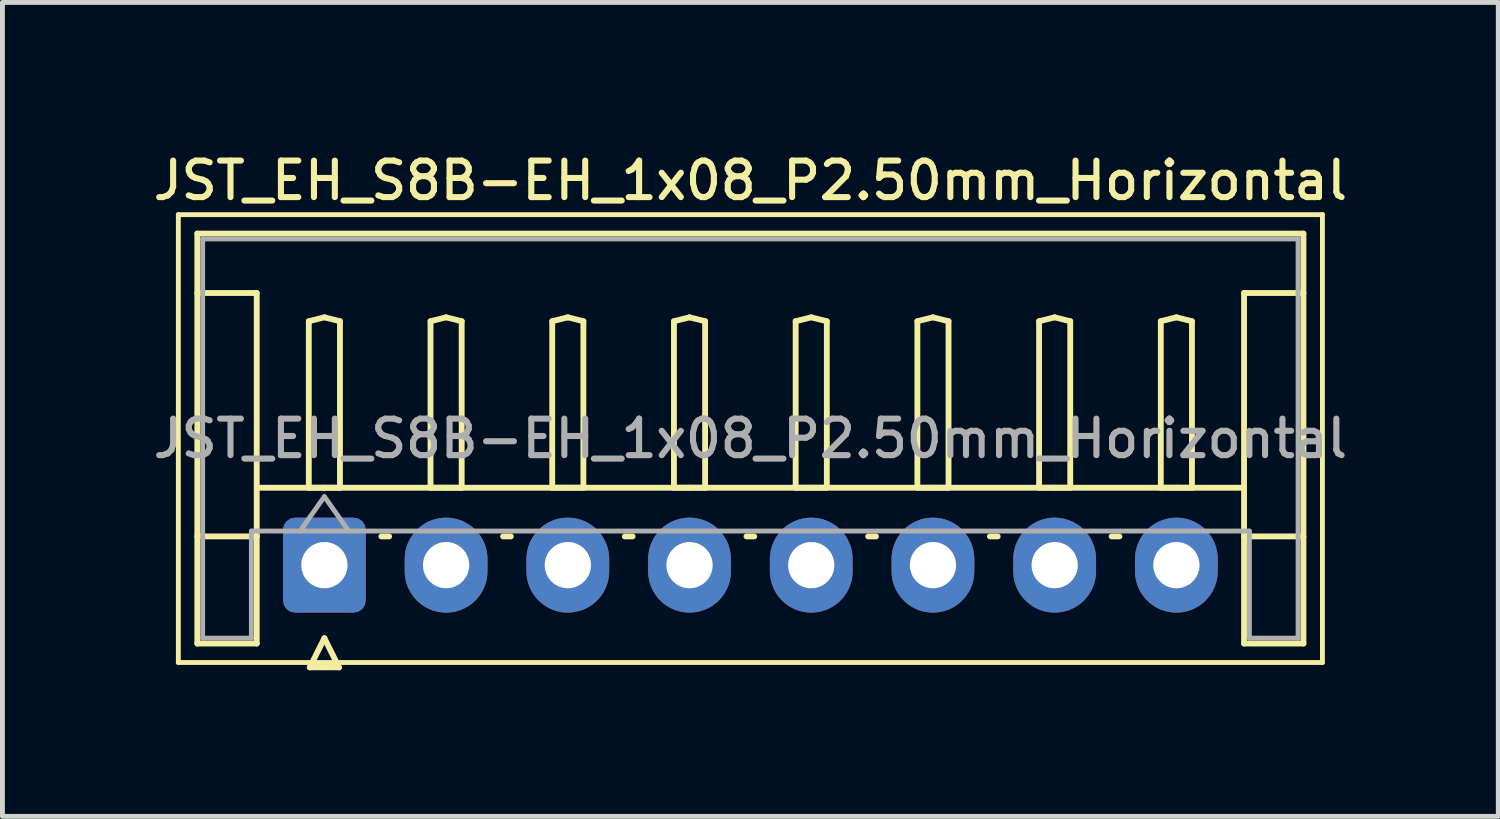
<source format=kicad_pcb>
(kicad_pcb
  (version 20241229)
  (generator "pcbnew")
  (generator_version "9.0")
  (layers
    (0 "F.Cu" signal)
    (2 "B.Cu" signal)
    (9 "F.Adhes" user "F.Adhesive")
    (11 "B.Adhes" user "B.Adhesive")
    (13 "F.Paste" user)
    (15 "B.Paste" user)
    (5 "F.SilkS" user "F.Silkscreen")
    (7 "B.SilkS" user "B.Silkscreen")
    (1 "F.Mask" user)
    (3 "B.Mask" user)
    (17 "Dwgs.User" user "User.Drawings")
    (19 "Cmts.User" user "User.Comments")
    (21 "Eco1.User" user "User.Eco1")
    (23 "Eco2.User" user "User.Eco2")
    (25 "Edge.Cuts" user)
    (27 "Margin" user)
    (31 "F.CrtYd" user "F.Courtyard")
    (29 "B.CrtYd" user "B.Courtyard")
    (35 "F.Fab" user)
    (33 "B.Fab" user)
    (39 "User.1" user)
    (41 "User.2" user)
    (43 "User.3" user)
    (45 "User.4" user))
  (footprint "JST_EH_S8B-EH_1x08_P2.50mm_Horizontal"
    (layer "F.Cu")
    (at 3.613 8.558)
    (property "Reference" "JST_EH_S8B-EH_1x08_P2.50mm_Horizontal" (at 8.75 -7.9 0) (layer "F.SilkS") (effects (font (size 0.75 0.75) (thickness 0.125))))
    (attr through_hole)
    (fp_line (start -3 -7.2) (end -3 2) (stroke (width 0.1) (type solid)) (layer "F.SilkS"))
    (fp_line (start -3 2) (end 20.5 2) (stroke (width 0.1) (type solid)) (layer "F.SilkS"))
    (fp_line (start -2.61 -6.81) (end 20.11 -6.81) (stroke (width 0.12) (type solid)) (layer "F.SilkS"))
    (fp_line (start -2.61 -5.59) (end -1.39 -5.59) (stroke (width 0.12) (type solid)) (layer "F.SilkS"))
    (fp_line (start -2.61 1.61) (end -2.61 -6.81) (stroke (width 0.12) (type solid)) (layer "F.SilkS"))
    (fp_line (start -1.39 -5.59) (end -1.39 -0.59) (stroke (width 0.12) (type solid)) (layer "F.SilkS"))
    (fp_line (start -1.39 -1.59) (end 18.89 -1.59) (stroke (width 0.12) (type solid)) (layer "F.SilkS"))
    (fp_line (start -1.39 -0.59) (end -2.61 -0.59) (stroke (width 0.12) (type solid)) (layer "F.SilkS"))
    (fp_line (start -1.39 -0.59) (end -1.39 1.61) (stroke (width 0.12) (type solid)) (layer "F.SilkS"))
    (fp_line (start -1.39 1.61) (end -2.61 1.61) (stroke (width 0.12) (type solid)) (layer "F.SilkS"))
    (fp_line (start -0.32 -5.01) (end 0 -5.09) (stroke (width 0.12) (type solid)) (layer "F.SilkS"))
    (fp_line (start -0.32 -1.59) (end -0.32 -5.01) (stroke (width 0.12) (type solid)) (layer "F.SilkS"))
    (fp_line (start -0.3 2.1) (end 0.3 2.1) (stroke (width 0.12) (type solid)) (layer "F.SilkS"))
    (fp_line (start 0 -5.09) (end 0.32 -5.01) (stroke (width 0.12) (type solid)) (layer "F.SilkS"))
    (fp_line (start 0 -1.59) (end -0.32 -1.59) (stroke (width 0.12) (type solid)) (layer "F.SilkS"))
    (fp_line (start 0 1.5) (end -0.3 2.1) (stroke (width 0.12) (type solid)) (layer "F.SilkS"))
    (fp_line (start 0.3 2.1) (end 0 1.5) (stroke (width 0.12) (type solid)) (layer "F.SilkS"))
    (fp_line (start 0.32 -5.01) (end 0.32 -1.59) (stroke (width 0.12) (type solid)) (layer "F.SilkS"))
    (fp_line (start 0.32 -1.59) (end 0 -1.59) (stroke (width 0.12) (type solid)) (layer "F.SilkS"))
    (fp_line (start 1.17 -0.59) (end 1.33 -0.59) (stroke (width 0.12) (type solid)) (layer "F.SilkS"))
    (fp_line (start 2.18 -5.01) (end 2.5 -5.09) (stroke (width 0.12) (type solid)) (layer "F.SilkS"))
    (fp_line (start 2.18 -1.59) (end 2.18 -5.01) (stroke (width 0.12) (type solid)) (layer "F.SilkS"))
    (fp_line (start 2.5 -5.09) (end 2.82 -5.01) (stroke (width 0.12) (type solid)) (layer "F.SilkS"))
    (fp_line (start 2.5 -1.59) (end 2.18 -1.59) (stroke (width 0.12) (type solid)) (layer "F.SilkS"))
    (fp_line (start 2.82 -5.01) (end 2.82 -1.59) (stroke (width 0.12) (type solid)) (layer "F.SilkS"))
    (fp_line (start 2.82 -1.59) (end 2.5 -1.59) (stroke (width 0.12) (type solid)) (layer "F.SilkS"))
    (fp_line (start 3.67 -0.59) (end 3.83 -0.59) (stroke (width 0.12) (type solid)) (layer "F.SilkS"))
    (fp_line (start 4.68 -5.01) (end 5 -5.09) (stroke (width 0.12) (type solid)) (layer "F.SilkS"))
    (fp_line (start 4.68 -1.59) (end 4.68 -5.01) (stroke (width 0.12) (type solid)) (layer "F.SilkS"))
    (fp_line (start 5 -5.09) (end 5.32 -5.01) (stroke (width 0.12) (type solid)) (layer "F.SilkS"))
    (fp_line (start 5 -1.59) (end 4.68 -1.59) (stroke (width 0.12) (type solid)) (layer "F.SilkS"))
    (fp_line (start 5.32 -5.01) (end 5.32 -1.59) (stroke (width 0.12) (type solid)) (layer "F.SilkS"))
    (fp_line (start 5.32 -1.59) (end 5 -1.59) (stroke (width 0.12) (type solid)) (layer "F.SilkS"))
    (fp_line (start 6.17 -0.59) (end 6.33 -0.59) (stroke (width 0.12) (type solid)) (layer "F.SilkS"))
    (fp_line (start 7.18 -5.01) (end 7.5 -5.09) (stroke (width 0.12) (type solid)) (layer "F.SilkS"))
    (fp_line (start 7.18 -1.59) (end 7.18 -5.01) (stroke (width 0.12) (type solid)) (layer "F.SilkS"))
    (fp_line (start 7.5 -5.09) (end 7.82 -5.01) (stroke (width 0.12) (type solid)) (layer "F.SilkS"))
    (fp_line (start 7.5 -1.59) (end 7.18 -1.59) (stroke (width 0.12) (type solid)) (layer "F.SilkS"))
    (fp_line (start 7.82 -5.01) (end 7.82 -1.59) (stroke (width 0.12) (type solid)) (layer "F.SilkS"))
    (fp_line (start 7.82 -1.59) (end 7.5 -1.59) (stroke (width 0.12) (type solid)) (layer "F.SilkS"))
    (fp_line (start 8.67 -0.59) (end 8.83 -0.59) (stroke (width 0.12) (type solid)) (layer "F.SilkS"))
    (fp_line (start 9.68 -5.01) (end 10 -5.09) (stroke (width 0.12) (type solid)) (layer "F.SilkS"))
    (fp_line (start 9.68 -1.59) (end 9.68 -5.01) (stroke (width 0.12) (type solid)) (layer "F.SilkS"))
    (fp_line (start 10 -5.09) (end 10.32 -5.01) (stroke (width 0.12) (type solid)) (layer "F.SilkS"))
    (fp_line (start 10 -1.59) (end 9.68 -1.59) (stroke (width 0.12) (type solid)) (layer "F.SilkS"))
    (fp_line (start 10.32 -5.01) (end 10.32 -1.59) (stroke (width 0.12) (type solid)) (layer "F.SilkS"))
    (fp_line (start 10.32 -1.59) (end 10 -1.59) (stroke (width 0.12) (type solid)) (layer "F.SilkS"))
    (fp_line (start 11.17 -0.59) (end 11.33 -0.59) (stroke (width 0.12) (type solid)) (layer "F.SilkS"))
    (fp_line (start 12.18 -5.01) (end 12.5 -5.09) (stroke (width 0.12) (type solid)) (layer "F.SilkS"))
    (fp_line (start 12.18 -1.59) (end 12.18 -5.01) (stroke (width 0.12) (type solid)) (layer "F.SilkS"))
    (fp_line (start 12.5 -5.09) (end 12.82 -5.01) (stroke (width 0.12) (type solid)) (layer "F.SilkS"))
    (fp_line (start 12.5 -1.59) (end 12.18 -1.59) (stroke (width 0.12) (type solid)) (layer "F.SilkS"))
    (fp_line (start 12.82 -5.01) (end 12.82 -1.59) (stroke (width 0.12) (type solid)) (layer "F.SilkS"))
    (fp_line (start 12.82 -1.59) (end 12.5 -1.59) (stroke (width 0.12) (type solid)) (layer "F.SilkS"))
    (fp_line (start 13.67 -0.59) (end 13.83 -0.59) (stroke (width 0.12) (type solid)) (layer "F.SilkS"))
    (fp_line (start 14.68 -5.01) (end 15 -5.09) (stroke (width 0.12) (type solid)) (layer "F.SilkS"))
    (fp_line (start 14.68 -1.59) (end 14.68 -5.01) (stroke (width 0.12) (type solid)) (layer "F.SilkS"))
    (fp_line (start 15 -5.09) (end 15.32 -5.01) (stroke (width 0.12) (type solid)) (layer "F.SilkS"))
    (fp_line (start 15 -1.59) (end 14.68 -1.59) (stroke (width 0.12) (type solid)) (layer "F.SilkS"))
    (fp_line (start 15.32 -5.01) (end 15.32 -1.59) (stroke (width 0.12) (type solid)) (layer "F.SilkS"))
    (fp_line (start 15.32 -1.59) (end 15 -1.59) (stroke (width 0.12) (type solid)) (layer "F.SilkS"))
    (fp_line (start 16.17 -0.59) (end 16.33 -0.59) (stroke (width 0.12) (type solid)) (layer "F.SilkS"))
    (fp_line (start 17.18 -5.01) (end 17.5 -5.09) (stroke (width 0.12) (type solid)) (layer "F.SilkS"))
    (fp_line (start 17.18 -1.59) (end 17.18 -5.01) (stroke (width 0.12) (type solid)) (layer "F.SilkS"))
    (fp_line (start 17.5 -5.09) (end 17.82 -5.01) (stroke (width 0.12) (type solid)) (layer "F.SilkS"))
    (fp_line (start 17.5 -1.59) (end 17.18 -1.59) (stroke (width 0.12) (type solid)) (layer "F.SilkS"))
    (fp_line (start 17.82 -5.01) (end 17.82 -1.59) (stroke (width 0.12) (type solid)) (layer "F.SilkS"))
    (fp_line (start 17.82 -1.59) (end 17.5 -1.59) (stroke (width 0.12) (type solid)) (layer "F.SilkS"))
    (fp_line (start 18.89 -5.59) (end 18.89 -0.59) (stroke (width 0.12) (type solid)) (layer "F.SilkS"))
    (fp_line (start 18.89 -0.59) (end 20.11 -0.59) (stroke (width 0.12) (type solid)) (layer "F.SilkS"))
    (fp_line (start 18.89 1.61) (end 18.89 -0.59) (stroke (width 0.12) (type solid)) (layer "F.SilkS"))
    (fp_line (start 20.11 -6.81) (end 20.11 1.61) (stroke (width 0.12) (type solid)) (layer "F.SilkS"))
    (fp_line (start 20.11 -5.59) (end 18.89 -5.59) (stroke (width 0.12) (type solid)) (layer "F.SilkS"))
    (fp_line (start 20.11 1.61) (end 18.89 1.61) (stroke (width 0.12) (type solid)) (layer "F.SilkS"))
    (fp_line (start 20.5 -7.2) (end -3 -7.2) (stroke (width 0.1) (type solid)) (layer "F.SilkS"))
    (fp_line (start 20.5 2) (end 20.5 -7.2) (stroke (width 0.1) (type solid)) (layer "F.SilkS"))
    (fp_line (start -2.5 -6.7) (end 20 -6.7) (stroke (width 0.1) (type solid)) (layer "F.Fab"))
    (fp_line (start -2.5 1.5) (end -2.5 -6.7) (stroke (width 0.1) (type solid)) (layer "F.Fab"))
    (fp_line (start -1.5 -0.7) (end -1.5 1.5) (stroke (width 0.1) (type solid)) (layer "F.Fab"))
    (fp_line (start -1.5 1.5) (end -2.5 1.5) (stroke (width 0.1) (type solid)) (layer "F.Fab"))
    (fp_line (start -0.5 -0.7) (end 0 -1.407) (stroke (width 0.1) (type solid)) (layer "F.Fab"))
    (fp_line (start 0 -1.407) (end 0.5 -0.7) (stroke (width 0.1) (type solid)) (layer "F.Fab"))
    (fp_line (start 19 -0.7) (end -1.5 -0.7) (stroke (width 0.1) (type solid)) (layer "F.Fab"))
    (fp_line (start 19 1.5) (end 19 -0.7) (stroke (width 0.1) (type solid)) (layer "F.Fab"))
    (fp_line (start 20 -6.7) (end 20 1.5) (stroke (width 0.1) (type solid)) (layer "F.Fab"))
    (fp_line (start 20 1.5) (end 19 1.5) (stroke (width 0.1) (type solid)) (layer "F.Fab"))
    (fp_text user "${REFERENCE}" (at 8.75 -2.6 0) (layer "F.Fab") (effects (font (size 0.75 0.75) (thickness 0.125))))
    (pad "1" thru_hole roundrect (at 0 0) (size 1.7 1.95) (drill 0.95) (layers "*.Cu" "*.Mask") (roundrect_rratio 0.147))
    (pad "2" thru_hole oval (at 2.5 0) (size 1.7 1.95) (drill 0.95) (layers "*.Cu" "*.Mask"))
    (pad "3" thru_hole oval (at 5 0) (size 1.7 1.95) (drill 0.95) (layers "*.Cu" "*.Mask"))
    (pad "4" thru_hole oval (at 7.5 0) (size 1.7 1.95) (drill 0.95) (layers "*.Cu" "*.Mask"))
    (pad "5" thru_hole oval (at 10 0) (size 1.7 1.95) (drill 0.95) (layers "*.Cu" "*.Mask"))
    (pad "6" thru_hole oval (at 12.5 0) (size 1.7 1.95) (drill 0.95) (layers "*.Cu" "*.Mask"))
    (pad "7" thru_hole oval (at 15 0) (size 1.7 1.95) (drill 0.95) (layers "*.Cu" "*.Mask"))
    (pad "8" thru_hole oval (at 17.5 0) (size 1.7 1.95) (drill 0.95) (layers "*.Cu" "*.Mask")))
  (gr_rect
    (start -3 -3)
    (end 27.725 13.718)
    (stroke (width 0.1) (type default))
    (fill no)
    (layer "Edge.Cuts")))
</source>
